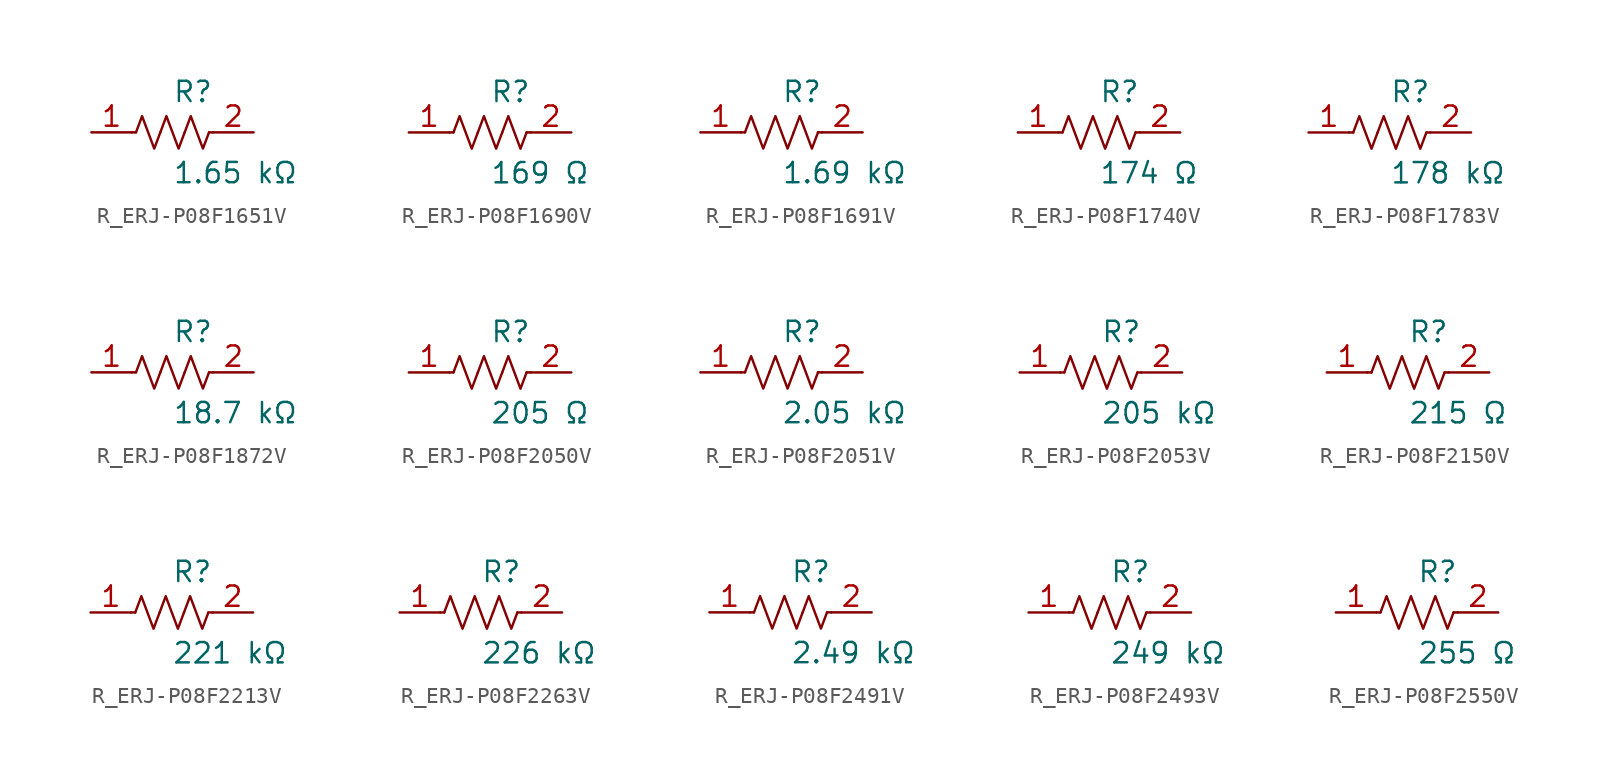
<source format=kicad_sym>
(kicad_symbol_lib
  (version 20231120)
  (generator kicad_symbol_editor)
  (generator_version 8.0)
  (symbol "R_ERJ-P08F1651V"
    (pin_names
      (offset 0.254))
    (property "Reference" "R"
      (at 0.0 2.54 0)
      (effects (font (size 1.27 1.27)) (justify left)))
    (property "Value" "1.65 kΩ"
      (at 0.0 -2.54 0)
      (effects (font (size 1.27 1.27)) (justify left)))
    (symbol "R_ERJ-P08F1651V_0_1"
      (polyline (pts (xy 2.286 0) (xy 2.54 0)) (stroke (width 0) (type default)) (fill (type none)))
      (polyline (pts (xy -2.286 0) (xy -2.54 0)) (stroke (width 0) (type default)) (fill (type none)))
      (polyline (pts (xy 0.762 0) (xy 1.143 1.016) (xy 1.524 0) (xy 1.905 -1.016) (xy 2.286 0)) (stroke (width 0) (type default)) (fill (type none)))
      (polyline (pts (xy -0.762 0) (xy -0.381 1.016) (xy 0 0) (xy 0.381 -1.016) (xy 0.762 0)) (stroke (width 0) (type default)) (fill (type none)))
      (polyline (pts (xy -2.286 0) (xy -1.905 1.016) (xy -1.524 0) (xy -1.143 -1.016) (xy -0.762 0)) (stroke (width 0) (type default)) (fill (type none))))
    (pin unspecified line
      (at -5.08 0 0)
      (length 2.54)
      (name "" (effects (font (size 1.27 1.27))))
      (number "1" (effects (font (size 1.27 1.27)))))
    (pin unspecified line
      (at 5.08 0 180)
      (length 2.54)
      (name "" (effects (font (size 1.27 1.27))))
      (number "2" (effects (font (size 1.27 1.27))))))
  (symbol "R_ERJ-P08F1690V"
    (pin_names
      (offset 0.254))
    (property "Reference" "R"
      (at 0.0 2.54 0)
      (effects (font (size 1.27 1.27)) (justify left)))
    (property "Value" "169 Ω"
      (at 0.0 -2.54 0)
      (effects (font (size 1.27 1.27)) (justify left)))
    (symbol "R_ERJ-P08F1690V_0_1"
      (polyline (pts (xy 2.286 0) (xy 2.54 0)) (stroke (width 0) (type default)) (fill (type none)))
      (polyline (pts (xy -2.286 0) (xy -2.54 0)) (stroke (width 0) (type default)) (fill (type none)))
      (polyline (pts (xy 0.762 0) (xy 1.143 1.016) (xy 1.524 0) (xy 1.905 -1.016) (xy 2.286 0)) (stroke (width 0) (type default)) (fill (type none)))
      (polyline (pts (xy -0.762 0) (xy -0.381 1.016) (xy 0 0) (xy 0.381 -1.016) (xy 0.762 0)) (stroke (width 0) (type default)) (fill (type none)))
      (polyline (pts (xy -2.286 0) (xy -1.905 1.016) (xy -1.524 0) (xy -1.143 -1.016) (xy -0.762 0)) (stroke (width 0) (type default)) (fill (type none))))
    (pin unspecified line
      (at -5.08 0 0)
      (length 2.54)
      (name "" (effects (font (size 1.27 1.27))))
      (number "1" (effects (font (size 1.27 1.27)))))
    (pin unspecified line
      (at 5.08 0 180)
      (length 2.54)
      (name "" (effects (font (size 1.27 1.27))))
      (number "2" (effects (font (size 1.27 1.27))))))
  (symbol "R_ERJ-P08F1691V"
    (pin_names
      (offset 0.254))
    (property "Reference" "R"
      (at 0.0 2.54 0)
      (effects (font (size 1.27 1.27)) (justify left)))
    (property "Value" "1.69 kΩ"
      (at 0.0 -2.54 0)
      (effects (font (size 1.27 1.27)) (justify left)))
    (symbol "R_ERJ-P08F1691V_0_1"
      (polyline (pts (xy 2.286 0) (xy 2.54 0)) (stroke (width 0) (type default)) (fill (type none)))
      (polyline (pts (xy -2.286 0) (xy -2.54 0)) (stroke (width 0) (type default)) (fill (type none)))
      (polyline (pts (xy 0.762 0) (xy 1.143 1.016) (xy 1.524 0) (xy 1.905 -1.016) (xy 2.286 0)) (stroke (width 0) (type default)) (fill (type none)))
      (polyline (pts (xy -0.762 0) (xy -0.381 1.016) (xy 0 0) (xy 0.381 -1.016) (xy 0.762 0)) (stroke (width 0) (type default)) (fill (type none)))
      (polyline (pts (xy -2.286 0) (xy -1.905 1.016) (xy -1.524 0) (xy -1.143 -1.016) (xy -0.762 0)) (stroke (width 0) (type default)) (fill (type none))))
    (pin unspecified line
      (at -5.08 0 0)
      (length 2.54)
      (name "" (effects (font (size 1.27 1.27))))
      (number "1" (effects (font (size 1.27 1.27)))))
    (pin unspecified line
      (at 5.08 0 180)
      (length 2.54)
      (name "" (effects (font (size 1.27 1.27))))
      (number "2" (effects (font (size 1.27 1.27))))))
  (symbol "R_ERJ-P08F1740V"
    (pin_names
      (offset 0.254))
    (property "Reference" "R"
      (at 0.0 2.54 0)
      (effects (font (size 1.27 1.27)) (justify left)))
    (property "Value" "174 Ω"
      (at 0.0 -2.54 0)
      (effects (font (size 1.27 1.27)) (justify left)))
    (symbol "R_ERJ-P08F1740V_0_1"
      (polyline (pts (xy 2.286 0) (xy 2.54 0)) (stroke (width 0) (type default)) (fill (type none)))
      (polyline (pts (xy -2.286 0) (xy -2.54 0)) (stroke (width 0) (type default)) (fill (type none)))
      (polyline (pts (xy 0.762 0) (xy 1.143 1.016) (xy 1.524 0) (xy 1.905 -1.016) (xy 2.286 0)) (stroke (width 0) (type default)) (fill (type none)))
      (polyline (pts (xy -0.762 0) (xy -0.381 1.016) (xy 0 0) (xy 0.381 -1.016) (xy 0.762 0)) (stroke (width 0) (type default)) (fill (type none)))
      (polyline (pts (xy -2.286 0) (xy -1.905 1.016) (xy -1.524 0) (xy -1.143 -1.016) (xy -0.762 0)) (stroke (width 0) (type default)) (fill (type none))))
    (pin unspecified line
      (at -5.08 0 0)
      (length 2.54)
      (name "" (effects (font (size 1.27 1.27))))
      (number "1" (effects (font (size 1.27 1.27)))))
    (pin unspecified line
      (at 5.08 0 180)
      (length 2.54)
      (name "" (effects (font (size 1.27 1.27))))
      (number "2" (effects (font (size 1.27 1.27))))))
  (symbol "R_ERJ-P08F1783V"
    (pin_names
      (offset 0.254))
    (property "Reference" "R"
      (at 0.0 2.54 0)
      (effects (font (size 1.27 1.27)) (justify left)))
    (property "Value" "178 kΩ"
      (at 0.0 -2.54 0)
      (effects (font (size 1.27 1.27)) (justify left)))
    (symbol "R_ERJ-P08F1783V_0_1"
      (polyline (pts (xy 2.286 0) (xy 2.54 0)) (stroke (width 0) (type default)) (fill (type none)))
      (polyline (pts (xy -2.286 0) (xy -2.54 0)) (stroke (width 0) (type default)) (fill (type none)))
      (polyline (pts (xy 0.762 0) (xy 1.143 1.016) (xy 1.524 0) (xy 1.905 -1.016) (xy 2.286 0)) (stroke (width 0) (type default)) (fill (type none)))
      (polyline (pts (xy -0.762 0) (xy -0.381 1.016) (xy 0 0) (xy 0.381 -1.016) (xy 0.762 0)) (stroke (width 0) (type default)) (fill (type none)))
      (polyline (pts (xy -2.286 0) (xy -1.905 1.016) (xy -1.524 0) (xy -1.143 -1.016) (xy -0.762 0)) (stroke (width 0) (type default)) (fill (type none))))
    (pin unspecified line
      (at -5.08 0 0)
      (length 2.54)
      (name "" (effects (font (size 1.27 1.27))))
      (number "1" (effects (font (size 1.27 1.27)))))
    (pin unspecified line
      (at 5.08 0 180)
      (length 2.54)
      (name "" (effects (font (size 1.27 1.27))))
      (number "2" (effects (font (size 1.27 1.27))))))
  (symbol "R_ERJ-P08F1872V"
    (pin_names
      (offset 0.254))
    (property "Reference" "R"
      (at 0.0 2.54 0)
      (effects (font (size 1.27 1.27)) (justify left)))
    (property "Value" "18.7 kΩ"
      (at 0.0 -2.54 0)
      (effects (font (size 1.27 1.27)) (justify left)))
    (symbol "R_ERJ-P08F1872V_0_1"
      (polyline (pts (xy 2.286 0) (xy 2.54 0)) (stroke (width 0) (type default)) (fill (type none)))
      (polyline (pts (xy -2.286 0) (xy -2.54 0)) (stroke (width 0) (type default)) (fill (type none)))
      (polyline (pts (xy 0.762 0) (xy 1.143 1.016) (xy 1.524 0) (xy 1.905 -1.016) (xy 2.286 0)) (stroke (width 0) (type default)) (fill (type none)))
      (polyline (pts (xy -0.762 0) (xy -0.381 1.016) (xy 0 0) (xy 0.381 -1.016) (xy 0.762 0)) (stroke (width 0) (type default)) (fill (type none)))
      (polyline (pts (xy -2.286 0) (xy -1.905 1.016) (xy -1.524 0) (xy -1.143 -1.016) (xy -0.762 0)) (stroke (width 0) (type default)) (fill (type none))))
    (pin unspecified line
      (at -5.08 0 0)
      (length 2.54)
      (name "" (effects (font (size 1.27 1.27))))
      (number "1" (effects (font (size 1.27 1.27)))))
    (pin unspecified line
      (at 5.08 0 180)
      (length 2.54)
      (name "" (effects (font (size 1.27 1.27))))
      (number "2" (effects (font (size 1.27 1.27))))))
  (symbol "R_ERJ-P08F2050V"
    (pin_names
      (offset 0.254))
    (property "Reference" "R"
      (at 0.0 2.54 0)
      (effects (font (size 1.27 1.27)) (justify left)))
    (property "Value" "205 Ω"
      (at 0.0 -2.54 0)
      (effects (font (size 1.27 1.27)) (justify left)))
    (symbol "R_ERJ-P08F2050V_0_1"
      (polyline (pts (xy 2.286 0) (xy 2.54 0)) (stroke (width 0) (type default)) (fill (type none)))
      (polyline (pts (xy -2.286 0) (xy -2.54 0)) (stroke (width 0) (type default)) (fill (type none)))
      (polyline (pts (xy 0.762 0) (xy 1.143 1.016) (xy 1.524 0) (xy 1.905 -1.016) (xy 2.286 0)) (stroke (width 0) (type default)) (fill (type none)))
      (polyline (pts (xy -0.762 0) (xy -0.381 1.016) (xy 0 0) (xy 0.381 -1.016) (xy 0.762 0)) (stroke (width 0) (type default)) (fill (type none)))
      (polyline (pts (xy -2.286 0) (xy -1.905 1.016) (xy -1.524 0) (xy -1.143 -1.016) (xy -0.762 0)) (stroke (width 0) (type default)) (fill (type none))))
    (pin unspecified line
      (at -5.08 0 0)
      (length 2.54)
      (name "" (effects (font (size 1.27 1.27))))
      (number "1" (effects (font (size 1.27 1.27)))))
    (pin unspecified line
      (at 5.08 0 180)
      (length 2.54)
      (name "" (effects (font (size 1.27 1.27))))
      (number "2" (effects (font (size 1.27 1.27))))))
  (symbol "R_ERJ-P08F2051V"
    (pin_names
      (offset 0.254))
    (property "Reference" "R"
      (at 0.0 2.54 0)
      (effects (font (size 1.27 1.27)) (justify left)))
    (property "Value" "2.05 kΩ"
      (at 0.0 -2.54 0)
      (effects (font (size 1.27 1.27)) (justify left)))
    (symbol "R_ERJ-P08F2051V_0_1"
      (polyline (pts (xy 2.286 0) (xy 2.54 0)) (stroke (width 0) (type default)) (fill (type none)))
      (polyline (pts (xy -2.286 0) (xy -2.54 0)) (stroke (width 0) (type default)) (fill (type none)))
      (polyline (pts (xy 0.762 0) (xy 1.143 1.016) (xy 1.524 0) (xy 1.905 -1.016) (xy 2.286 0)) (stroke (width 0) (type default)) (fill (type none)))
      (polyline (pts (xy -0.762 0) (xy -0.381 1.016) (xy 0 0) (xy 0.381 -1.016) (xy 0.762 0)) (stroke (width 0) (type default)) (fill (type none)))
      (polyline (pts (xy -2.286 0) (xy -1.905 1.016) (xy -1.524 0) (xy -1.143 -1.016) (xy -0.762 0)) (stroke (width 0) (type default)) (fill (type none))))
    (pin unspecified line
      (at -5.08 0 0)
      (length 2.54)
      (name "" (effects (font (size 1.27 1.27))))
      (number "1" (effects (font (size 1.27 1.27)))))
    (pin unspecified line
      (at 5.08 0 180)
      (length 2.54)
      (name "" (effects (font (size 1.27 1.27))))
      (number "2" (effects (font (size 1.27 1.27))))))
  (symbol "R_ERJ-P08F2053V"
    (pin_names
      (offset 0.254))
    (property "Reference" "R"
      (at 0.0 2.54 0)
      (effects (font (size 1.27 1.27)) (justify left)))
    (property "Value" "205 kΩ"
      (at 0.0 -2.54 0)
      (effects (font (size 1.27 1.27)) (justify left)))
    (symbol "R_ERJ-P08F2053V_0_1"
      (polyline (pts (xy 2.286 0) (xy 2.54 0)) (stroke (width 0) (type default)) (fill (type none)))
      (polyline (pts (xy -2.286 0) (xy -2.54 0)) (stroke (width 0) (type default)) (fill (type none)))
      (polyline (pts (xy 0.762 0) (xy 1.143 1.016) (xy 1.524 0) (xy 1.905 -1.016) (xy 2.286 0)) (stroke (width 0) (type default)) (fill (type none)))
      (polyline (pts (xy -0.762 0) (xy -0.381 1.016) (xy 0 0) (xy 0.381 -1.016) (xy 0.762 0)) (stroke (width 0) (type default)) (fill (type none)))
      (polyline (pts (xy -2.286 0) (xy -1.905 1.016) (xy -1.524 0) (xy -1.143 -1.016) (xy -0.762 0)) (stroke (width 0) (type default)) (fill (type none))))
    (pin unspecified line
      (at -5.08 0 0)
      (length 2.54)
      (name "" (effects (font (size 1.27 1.27))))
      (number "1" (effects (font (size 1.27 1.27)))))
    (pin unspecified line
      (at 5.08 0 180)
      (length 2.54)
      (name "" (effects (font (size 1.27 1.27))))
      (number "2" (effects (font (size 1.27 1.27))))))
  (symbol "R_ERJ-P08F2150V"
    (pin_names
      (offset 0.254))
    (property "Reference" "R"
      (at 0.0 2.54 0)
      (effects (font (size 1.27 1.27)) (justify left)))
    (property "Value" "215 Ω"
      (at 0.0 -2.54 0)
      (effects (font (size 1.27 1.27)) (justify left)))
    (symbol "R_ERJ-P08F2150V_0_1"
      (polyline (pts (xy 2.286 0) (xy 2.54 0)) (stroke (width 0) (type default)) (fill (type none)))
      (polyline (pts (xy -2.286 0) (xy -2.54 0)) (stroke (width 0) (type default)) (fill (type none)))
      (polyline (pts (xy 0.762 0) (xy 1.143 1.016) (xy 1.524 0) (xy 1.905 -1.016) (xy 2.286 0)) (stroke (width 0) (type default)) (fill (type none)))
      (polyline (pts (xy -0.762 0) (xy -0.381 1.016) (xy 0 0) (xy 0.381 -1.016) (xy 0.762 0)) (stroke (width 0) (type default)) (fill (type none)))
      (polyline (pts (xy -2.286 0) (xy -1.905 1.016) (xy -1.524 0) (xy -1.143 -1.016) (xy -0.762 0)) (stroke (width 0) (type default)) (fill (type none))))
    (pin unspecified line
      (at -5.08 0 0)
      (length 2.54)
      (name "" (effects (font (size 1.27 1.27))))
      (number "1" (effects (font (size 1.27 1.27)))))
    (pin unspecified line
      (at 5.08 0 180)
      (length 2.54)
      (name "" (effects (font (size 1.27 1.27))))
      (number "2" (effects (font (size 1.27 1.27))))))
  (symbol "R_ERJ-P08F2213V"
    (pin_names
      (offset 0.254))
    (property "Reference" "R"
      (at 0.0 2.54 0)
      (effects (font (size 1.27 1.27)) (justify left)))
    (property "Value" "221 kΩ"
      (at 0.0 -2.54 0)
      (effects (font (size 1.27 1.27)) (justify left)))
    (symbol "R_ERJ-P08F2213V_0_1"
      (polyline (pts (xy 2.286 0) (xy 2.54 0)) (stroke (width 0) (type default)) (fill (type none)))
      (polyline (pts (xy -2.286 0) (xy -2.54 0)) (stroke (width 0) (type default)) (fill (type none)))
      (polyline (pts (xy 0.762 0) (xy 1.143 1.016) (xy 1.524 0) (xy 1.905 -1.016) (xy 2.286 0)) (stroke (width 0) (type default)) (fill (type none)))
      (polyline (pts (xy -0.762 0) (xy -0.381 1.016) (xy 0 0) (xy 0.381 -1.016) (xy 0.762 0)) (stroke (width 0) (type default)) (fill (type none)))
      (polyline (pts (xy -2.286 0) (xy -1.905 1.016) (xy -1.524 0) (xy -1.143 -1.016) (xy -0.762 0)) (stroke (width 0) (type default)) (fill (type none))))
    (pin unspecified line
      (at -5.08 0 0)
      (length 2.54)
      (name "" (effects (font (size 1.27 1.27))))
      (number "1" (effects (font (size 1.27 1.27)))))
    (pin unspecified line
      (at 5.08 0 180)
      (length 2.54)
      (name "" (effects (font (size 1.27 1.27))))
      (number "2" (effects (font (size 1.27 1.27))))))
  (symbol "R_ERJ-P08F2263V"
    (pin_names
      (offset 0.254))
    (property "Reference" "R"
      (at 0.0 2.54 0)
      (effects (font (size 1.27 1.27)) (justify left)))
    (property "Value" "226 kΩ"
      (at 0.0 -2.54 0)
      (effects (font (size 1.27 1.27)) (justify left)))
    (symbol "R_ERJ-P08F2263V_0_1"
      (polyline (pts (xy 2.286 0) (xy 2.54 0)) (stroke (width 0) (type default)) (fill (type none)))
      (polyline (pts (xy -2.286 0) (xy -2.54 0)) (stroke (width 0) (type default)) (fill (type none)))
      (polyline (pts (xy 0.762 0) (xy 1.143 1.016) (xy 1.524 0) (xy 1.905 -1.016) (xy 2.286 0)) (stroke (width 0) (type default)) (fill (type none)))
      (polyline (pts (xy -0.762 0) (xy -0.381 1.016) (xy 0 0) (xy 0.381 -1.016) (xy 0.762 0)) (stroke (width 0) (type default)) (fill (type none)))
      (polyline (pts (xy -2.286 0) (xy -1.905 1.016) (xy -1.524 0) (xy -1.143 -1.016) (xy -0.762 0)) (stroke (width 0) (type default)) (fill (type none))))
    (pin unspecified line
      (at -5.08 0 0)
      (length 2.54)
      (name "" (effects (font (size 1.27 1.27))))
      (number "1" (effects (font (size 1.27 1.27)))))
    (pin unspecified line
      (at 5.08 0 180)
      (length 2.54)
      (name "" (effects (font (size 1.27 1.27))))
      (number "2" (effects (font (size 1.27 1.27))))))
  (symbol "R_ERJ-P08F2491V"
    (pin_names
      (offset 0.254))
    (property "Reference" "R"
      (at 0.0 2.54 0)
      (effects (font (size 1.27 1.27)) (justify left)))
    (property "Value" "2.49 kΩ"
      (at 0.0 -2.54 0)
      (effects (font (size 1.27 1.27)) (justify left)))
    (symbol "R_ERJ-P08F2491V_0_1"
      (polyline (pts (xy 2.286 0) (xy 2.54 0)) (stroke (width 0) (type default)) (fill (type none)))
      (polyline (pts (xy -2.286 0) (xy -2.54 0)) (stroke (width 0) (type default)) (fill (type none)))
      (polyline (pts (xy 0.762 0) (xy 1.143 1.016) (xy 1.524 0) (xy 1.905 -1.016) (xy 2.286 0)) (stroke (width 0) (type default)) (fill (type none)))
      (polyline (pts (xy -0.762 0) (xy -0.381 1.016) (xy 0 0) (xy 0.381 -1.016) (xy 0.762 0)) (stroke (width 0) (type default)) (fill (type none)))
      (polyline (pts (xy -2.286 0) (xy -1.905 1.016) (xy -1.524 0) (xy -1.143 -1.016) (xy -0.762 0)) (stroke (width 0) (type default)) (fill (type none))))
    (pin unspecified line
      (at -5.08 0 0)
      (length 2.54)
      (name "" (effects (font (size 1.27 1.27))))
      (number "1" (effects (font (size 1.27 1.27)))))
    (pin unspecified line
      (at 5.08 0 180)
      (length 2.54)
      (name "" (effects (font (size 1.27 1.27))))
      (number "2" (effects (font (size 1.27 1.27))))))
  (symbol "R_ERJ-P08F2493V"
    (pin_names
      (offset 0.254))
    (property "Reference" "R"
      (at 0.0 2.54 0)
      (effects (font (size 1.27 1.27)) (justify left)))
    (property "Value" "249 kΩ"
      (at 0.0 -2.54 0)
      (effects (font (size 1.27 1.27)) (justify left)))
    (symbol "R_ERJ-P08F2493V_0_1"
      (polyline (pts (xy 2.286 0) (xy 2.54 0)) (stroke (width 0) (type default)) (fill (type none)))
      (polyline (pts (xy -2.286 0) (xy -2.54 0)) (stroke (width 0) (type default)) (fill (type none)))
      (polyline (pts (xy 0.762 0) (xy 1.143 1.016) (xy 1.524 0) (xy 1.905 -1.016) (xy 2.286 0)) (stroke (width 0) (type default)) (fill (type none)))
      (polyline (pts (xy -0.762 0) (xy -0.381 1.016) (xy 0 0) (xy 0.381 -1.016) (xy 0.762 0)) (stroke (width 0) (type default)) (fill (type none)))
      (polyline (pts (xy -2.286 0) (xy -1.905 1.016) (xy -1.524 0) (xy -1.143 -1.016) (xy -0.762 0)) (stroke (width 0) (type default)) (fill (type none))))
    (pin unspecified line
      (at -5.08 0 0)
      (length 2.54)
      (name "" (effects (font (size 1.27 1.27))))
      (number "1" (effects (font (size 1.27 1.27)))))
    (pin unspecified line
      (at 5.08 0 180)
      (length 2.54)
      (name "" (effects (font (size 1.27 1.27))))
      (number "2" (effects (font (size 1.27 1.27))))))
  (symbol "R_ERJ-P08F2550V"
    (pin_names
      (offset 0.254))
    (property "Reference" "R"
      (at 0.0 2.54 0)
      (effects (font (size 1.27 1.27)) (justify left)))
    (property "Value" "255 Ω"
      (at 0.0 -2.54 0)
      (effects (font (size 1.27 1.27)) (justify left)))
    (symbol "R_ERJ-P08F2550V_0_1"
      (polyline (pts (xy 2.286 0) (xy 2.54 0)) (stroke (width 0) (type default)) (fill (type none)))
      (polyline (pts (xy -2.286 0) (xy -2.54 0)) (stroke (width 0) (type default)) (fill (type none)))
      (polyline (pts (xy 0.762 0) (xy 1.143 1.016) (xy 1.524 0) (xy 1.905 -1.016) (xy 2.286 0)) (stroke (width 0) (type default)) (fill (type none)))
      (polyline (pts (xy -0.762 0) (xy -0.381 1.016) (xy 0 0) (xy 0.381 -1.016) (xy 0.762 0)) (stroke (width 0) (type default)) (fill (type none)))
      (polyline (pts (xy -2.286 0) (xy -1.905 1.016) (xy -1.524 0) (xy -1.143 -1.016) (xy -0.762 0)) (stroke (width 0) (type default)) (fill (type none))))
    (pin unspecified line
      (at -5.08 0 0)
      (length 2.54)
      (name "" (effects (font (size 1.27 1.27))))
      (number "1" (effects (font (size 1.27 1.27)))))
    (pin unspecified line
      (at 5.08 0 180)
      (length 2.54)
      (name "" (effects (font (size 1.27 1.27))))
      (number "2" (effects (font (size 1.27 1.27)))))))
</source>
